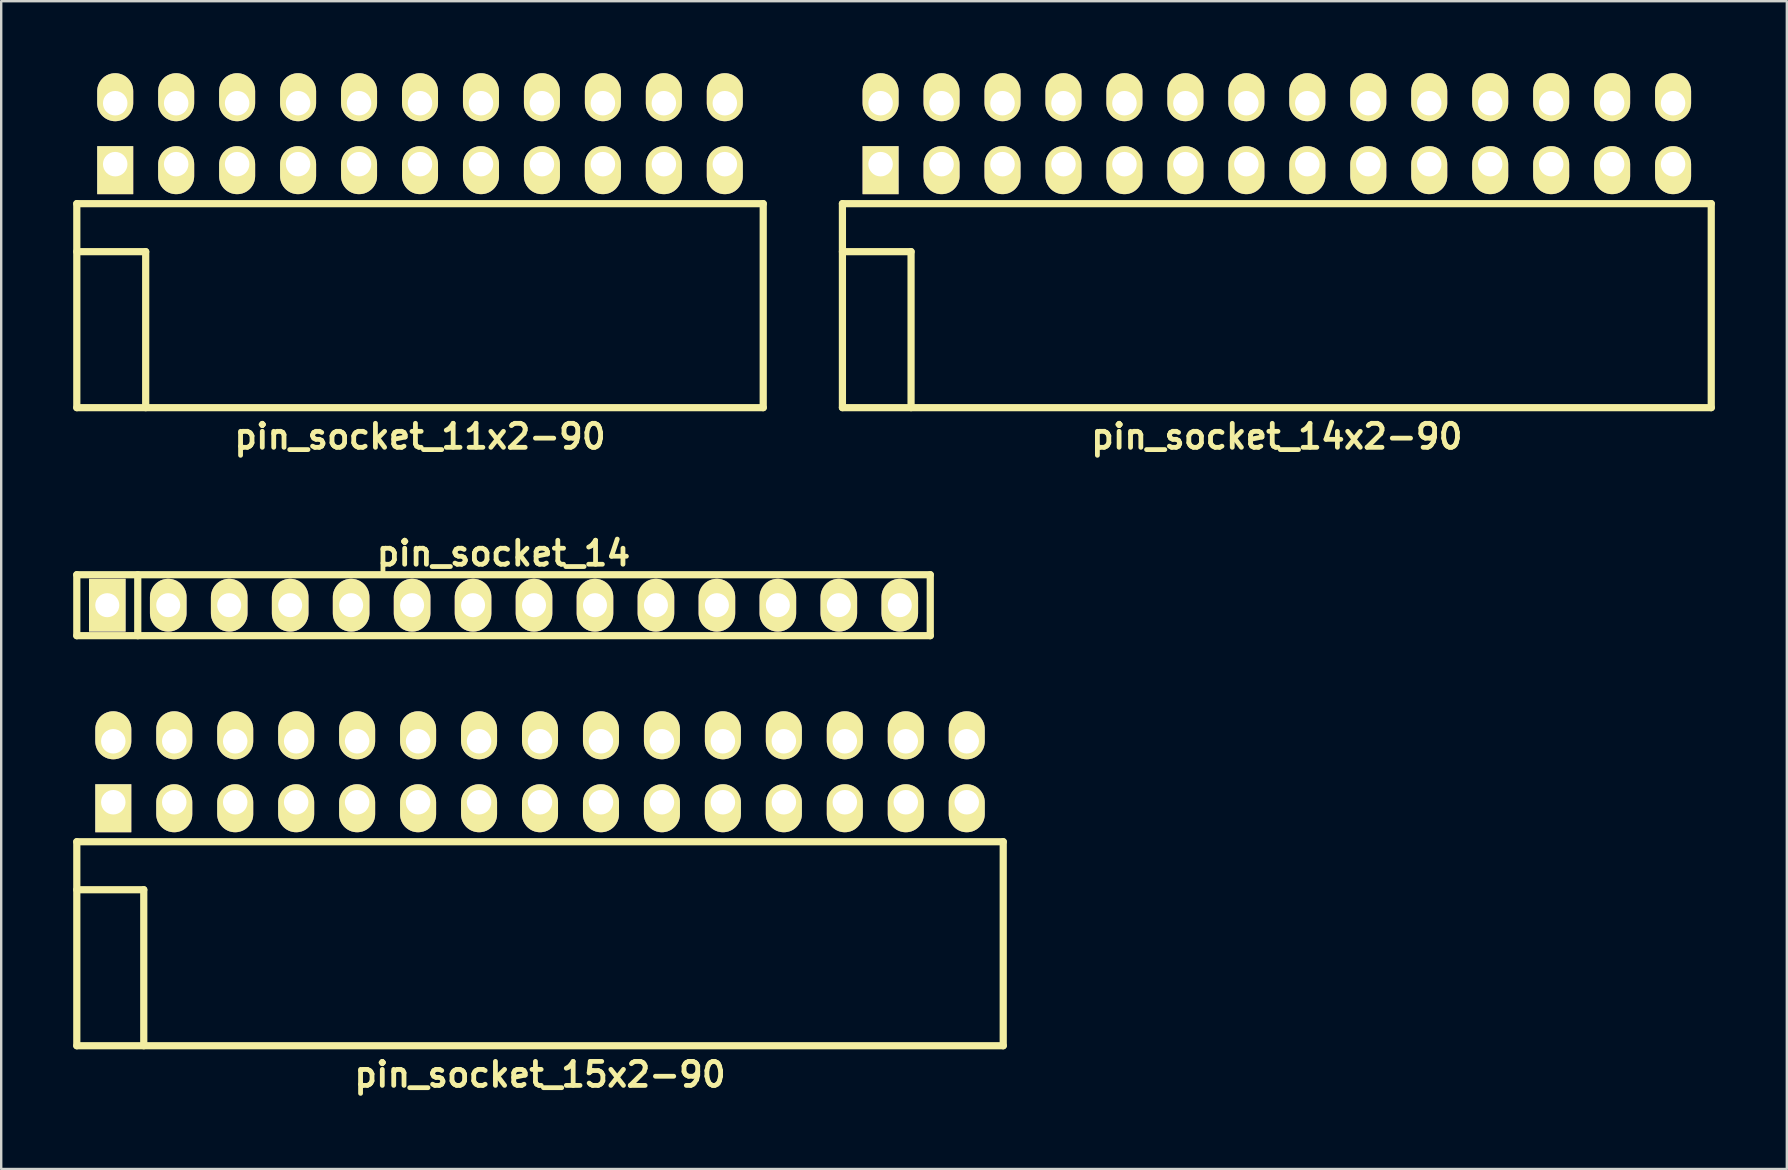
<source format=kicad_pcb>
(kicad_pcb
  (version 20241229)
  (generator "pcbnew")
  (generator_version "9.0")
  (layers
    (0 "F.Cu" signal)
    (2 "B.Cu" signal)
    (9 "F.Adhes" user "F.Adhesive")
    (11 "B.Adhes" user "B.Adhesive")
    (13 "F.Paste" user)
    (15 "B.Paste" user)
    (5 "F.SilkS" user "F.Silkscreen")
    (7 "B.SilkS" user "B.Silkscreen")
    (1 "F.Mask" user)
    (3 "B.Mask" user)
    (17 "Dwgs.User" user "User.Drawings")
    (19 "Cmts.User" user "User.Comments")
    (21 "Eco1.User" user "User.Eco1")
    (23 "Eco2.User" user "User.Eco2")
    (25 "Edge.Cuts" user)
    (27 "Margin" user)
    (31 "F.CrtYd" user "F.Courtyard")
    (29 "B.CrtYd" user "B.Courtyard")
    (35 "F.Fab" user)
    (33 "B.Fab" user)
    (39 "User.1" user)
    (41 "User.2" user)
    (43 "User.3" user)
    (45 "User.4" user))
  (footprint "pin_socket_14"
    (layer "F.Cu")
    (at 17.93 22.166)
    (property "Reference" "pin_socket_14" (at 0 -2.159 0) (layer "F.SilkS") (effects (font (size 1 1) (thickness 0.2))))
    (attr through_hole)
    (fp_line (start -17.78 -1.27) (end 17.78 -1.27) (stroke (width 0.3) (type solid)) (layer "F.SilkS"))
    (fp_line (start -17.78 1.27) (end -17.78 -1.27) (stroke (width 0.3) (type solid)) (layer "F.SilkS"))
    (fp_line (start -15.24 -1.27) (end -15.24 1.27) (stroke (width 0.3) (type solid)) (layer "F.SilkS"))
    (fp_line (start 17.78 -1.27) (end 17.78 1.27) (stroke (width 0.3) (type solid)) (layer "F.SilkS"))
    (fp_line (start 17.78 1.27) (end -17.78 1.27) (stroke (width 0.3) (type solid)) (layer "F.SilkS"))
    (pad "1" thru_hole rect (at -16.51 0) (size 1.524 2.2) (drill 1.001) (layers "*.Cu" "*.Mask" "F.SilkS"))
    (pad "2" thru_hole oval (at -13.97 0) (size 1.524 2.2) (drill 1.001) (layers "*.Cu" "*.Mask" "F.SilkS"))
    (pad "3" thru_hole oval (at -11.43 0) (size 1.524 2.2) (drill 1.001) (layers "*.Cu" "*.Mask" "F.SilkS"))
    (pad "4" thru_hole oval (at -8.89 0) (size 1.524 2.2) (drill 1.001) (layers "*.Cu" "*.Mask" "F.SilkS"))
    (pad "5" thru_hole oval (at -6.35 0) (size 1.524 2.2) (drill 1.001) (layers "*.Cu" "*.Mask" "F.SilkS"))
    (pad "6" thru_hole oval (at -3.81 0) (size 1.524 2.2) (drill 1.001) (layers "*.Cu" "*.Mask" "F.SilkS"))
    (pad "7" thru_hole oval (at -1.27 0) (size 1.524 2.2) (drill 1.001) (layers "*.Cu" "*.Mask" "F.SilkS"))
    (pad "8" thru_hole oval (at 1.27 0) (size 1.524 2.2) (drill 1.001) (layers "*.Cu" "*.Mask" "F.SilkS"))
    (pad "9" thru_hole oval (at 3.81 0) (size 1.524 2.2) (drill 1.001) (layers "*.Cu" "*.Mask" "F.SilkS"))
    (pad "10" thru_hole oval (at 6.35 0) (size 1.524 2.2) (drill 1.001) (layers "*.Cu" "*.Mask" "F.SilkS"))
    (pad "11" thru_hole oval (at 8.89 0) (size 1.524 2.2) (drill 1.001) (layers "*.Cu" "*.Mask" "F.SilkS"))
    (pad "12" thru_hole oval (at 11.43 0) (size 1.524 2.2) (drill 1.001) (layers "*.Cu" "*.Mask" "F.SilkS"))
    (pad "13" thru_hole oval (at 13.97 0) (size 1.524 2.2) (drill 1.001) (layers "*.Cu" "*.Mask" "F.SilkS"))
    (pad "14" thru_hole oval (at 16.51 0) (size 1.524 2.2) (drill 1.001) (layers "*.Cu" "*.Mask" "F.SilkS")))
  (footprint "pin_socket_11x2-90"
    (layer "F.Cu")
    (at 14.45 7.435)
    (property "Reference" "pin_socket_11x2-90" (at 0 7.7 0) (layer "F.SilkS") (effects (font (size 1 1) (thickness 0.2))))
    (attr through_hole)
    (fp_line (start -14.3 -2) (end -14.3 6.5) (stroke (width 0.3) (type solid)) (layer "F.SilkS"))
    (fp_line (start -14.3 -2) (end 14.3 -2) (stroke (width 0.3) (type solid)) (layer "F.SilkS"))
    (fp_line (start -14.3 0) (end -11.43 0) (stroke (width 0.3) (type solid)) (layer "F.SilkS"))
    (fp_line (start -14.3 6.5) (end 14.3 6.5) (stroke (width 0.3) (type solid)) (layer "F.SilkS"))
    (fp_line (start -11.43 0) (end -11.43 6.5) (stroke (width 0.3) (type solid)) (layer "F.SilkS"))
    (fp_line (start 14.3 -2) (end 14.3 6.5) (stroke (width 0.3) (type solid)) (layer "F.SilkS"))
    (pad "1" thru_hole rect (at -12.7 -3.645) (size 1.5 2) (drill 1.02 (offset 0 0.25)) (layers "*.Cu" "*.Mask" "F.SilkS"))
    (pad "2" thru_hole oval (at -12.7 -6.185) (size 1.5 2) (drill 1.02 (offset 0 -0.25)) (layers "*.Cu" "*.Mask" "F.SilkS"))
    (pad "3" thru_hole oval (at -10.16 -3.645) (size 1.5 2) (drill 1.02 (offset 0 0.25)) (layers "*.Cu" "*.Mask" "F.SilkS"))
    (pad "4" thru_hole oval (at -10.16 -6.185) (size 1.5 2) (drill 1.02 (offset 0 -0.25)) (layers "*.Cu" "*.Mask" "F.SilkS"))
    (pad "5" thru_hole oval (at -7.62 -3.645) (size 1.5 2) (drill 1.02 (offset 0 0.25)) (layers "*.Cu" "*.Mask" "F.SilkS"))
    (pad "6" thru_hole oval (at -7.62 -6.185) (size 1.5 2) (drill 1.02 (offset 0 -0.25)) (layers "*.Cu" "*.Mask" "F.SilkS"))
    (pad "7" thru_hole oval (at -5.08 -3.645) (size 1.5 2) (drill 1.02 (offset 0 0.25)) (layers "*.Cu" "*.Mask" "F.SilkS"))
    (pad "8" thru_hole oval (at -5.08 -6.185) (size 1.5 2) (drill 1.02 (offset 0 -0.25)) (layers "*.Cu" "*.Mask" "F.SilkS"))
    (pad "9" thru_hole oval (at -2.54 -3.645) (size 1.5 2) (drill 1.02 (offset 0 0.25)) (layers "*.Cu" "*.Mask" "F.SilkS"))
    (pad "10" thru_hole oval (at -2.54 -6.185) (size 1.5 2) (drill 1.02 (offset 0 -0.25)) (layers "*.Cu" "*.Mask" "F.SilkS"))
    (pad "11" thru_hole oval (at 0 -3.645) (size 1.5 2) (drill 1.02 (offset 0 0.25)) (layers "*.Cu" "*.Mask" "F.SilkS"))
    (pad "12" thru_hole oval (at 0 -6.185) (size 1.5 2) (drill 1.02 (offset 0 -0.25)) (layers "*.Cu" "*.Mask" "F.SilkS"))
    (pad "13" thru_hole oval (at 2.54 -3.645) (size 1.5 2) (drill 1.02 (offset 0 0.25)) (layers "*.Cu" "*.Mask" "F.SilkS"))
    (pad "14" thru_hole oval (at 2.54 -6.185) (size 1.5 2) (drill 1.02 (offset 0 -0.25)) (layers "*.Cu" "*.Mask" "F.SilkS"))
    (pad "15" thru_hole oval (at 5.08 -3.645) (size 1.5 2) (drill 1.02 (offset 0 0.25)) (layers "*.Cu" "*.Mask" "F.SilkS"))
    (pad "16" thru_hole oval (at 5.08 -6.185) (size 1.5 2) (drill 1.02 (offset 0 -0.25)) (layers "*.Cu" "*.Mask" "F.SilkS"))
    (pad "17" thru_hole oval (at 7.62 -3.645) (size 1.5 2) (drill 1.02 (offset 0 0.25)) (layers "*.Cu" "*.Mask" "F.SilkS"))
    (pad "18" thru_hole oval (at 7.62 -6.185) (size 1.5 2) (drill 1.02 (offset 0 -0.25)) (layers "*.Cu" "*.Mask" "F.SilkS"))
    (pad "19" thru_hole oval (at 10.16 -3.645) (size 1.5 2) (drill 1.02 (offset 0 0.25)) (layers "*.Cu" "*.Mask" "F.SilkS"))
    (pad "20" thru_hole oval (at 10.16 -6.185) (size 1.5 2) (drill 1.02 (offset 0 -0.25)) (layers "*.Cu" "*.Mask" "F.SilkS"))
    (pad "21" thru_hole oval (at 12.7 -3.645) (size 1.5 2) (drill 1.02 (offset 0 0.25)) (layers "*.Cu" "*.Mask" "F.SilkS"))
    (pad "22" thru_hole oval (at 12.7 -6.185) (size 1.5 2) (drill 1.02 (offset 0 -0.25)) (layers "*.Cu" "*.Mask" "F.SilkS")))
  (footprint "pin_socket_14x2-90"
    (layer "F.Cu")
    (at 50.15 7.435)
    (property "Reference" "pin_socket_14x2-90" (at 0 7.7 0) (layer "F.SilkS") (effects (font (size 1 1) (thickness 0.2))))
    (attr through_hole)
    (fp_line (start -18.1 -2) (end -18.1 6.5) (stroke (width 0.3) (type solid)) (layer "F.SilkS"))
    (fp_line (start -18.1 -2) (end 18.1 -2) (stroke (width 0.3) (type solid)) (layer "F.SilkS"))
    (fp_line (start -18.1 0) (end -15.24 0) (stroke (width 0.3) (type solid)) (layer "F.SilkS"))
    (fp_line (start -18.1 6.5) (end 18.1 6.5) (stroke (width 0.3) (type solid)) (layer "F.SilkS"))
    (fp_line (start -15.24 0) (end -15.24 6.5) (stroke (width 0.3) (type solid)) (layer "F.SilkS"))
    (fp_line (start 18.1 -2) (end 18.1 6.5) (stroke (width 0.3) (type solid)) (layer "F.SilkS"))
    (pad "1" thru_hole rect (at -16.51 -3.645) (size 1.5 2) (drill 1.02 (offset 0 0.25)) (layers "*.Cu" "*.Mask" "F.SilkS"))
    (pad "2" thru_hole oval (at -16.51 -6.185) (size 1.5 2) (drill 1.02 (offset 0 -0.25)) (layers "*.Cu" "*.Mask" "F.SilkS"))
    (pad "3" thru_hole oval (at -13.97 -3.645) (size 1.5 2) (drill 1.02 (offset 0 0.25)) (layers "*.Cu" "*.Mask" "F.SilkS"))
    (pad "4" thru_hole oval (at -13.97 -6.185) (size 1.5 2) (drill 1.02 (offset 0 -0.25)) (layers "*.Cu" "*.Mask" "F.SilkS"))
    (pad "5" thru_hole oval (at -11.43 -3.645) (size 1.5 2) (drill 1.02 (offset 0 0.25)) (layers "*.Cu" "*.Mask" "F.SilkS"))
    (pad "6" thru_hole oval (at -11.43 -6.185) (size 1.5 2) (drill 1.02 (offset 0 -0.25)) (layers "*.Cu" "*.Mask" "F.SilkS"))
    (pad "7" thru_hole oval (at -8.89 -3.645) (size 1.5 2) (drill 1.02 (offset 0 0.25)) (layers "*.Cu" "*.Mask" "F.SilkS"))
    (pad "8" thru_hole oval (at -8.89 -6.185) (size 1.5 2) (drill 1.02 (offset 0 -0.25)) (layers "*.Cu" "*.Mask" "F.SilkS"))
    (pad "9" thru_hole oval (at -6.35 -3.645) (size 1.5 2) (drill 1.02 (offset 0 0.25)) (layers "*.Cu" "*.Mask" "F.SilkS"))
    (pad "10" thru_hole oval (at -6.35 -6.185) (size 1.5 2) (drill 1.02 (offset 0 -0.25)) (layers "*.Cu" "*.Mask" "F.SilkS"))
    (pad "11" thru_hole oval (at -3.81 -3.645) (size 1.5 2) (drill 1.02 (offset 0 0.25)) (layers "*.Cu" "*.Mask" "F.SilkS"))
    (pad "12" thru_hole oval (at -3.81 -6.185) (size 1.5 2) (drill 1.02 (offset 0 -0.25)) (layers "*.Cu" "*.Mask" "F.SilkS"))
    (pad "13" thru_hole oval (at -1.27 -3.645) (size 1.5 2) (drill 1.02 (offset 0 0.25)) (layers "*.Cu" "*.Mask" "F.SilkS"))
    (pad "14" thru_hole oval (at -1.27 -6.185) (size 1.5 2) (drill 1.02 (offset 0 -0.25)) (layers "*.Cu" "*.Mask" "F.SilkS"))
    (pad "15" thru_hole oval (at 1.27 -3.645) (size 1.5 2) (drill 1.02 (offset 0 0.25)) (layers "*.Cu" "*.Mask" "F.SilkS"))
    (pad "16" thru_hole oval (at 1.27 -6.185) (size 1.5 2) (drill 1.02 (offset 0 -0.25)) (layers "*.Cu" "*.Mask" "F.SilkS"))
    (pad "17" thru_hole oval (at 3.81 -3.645) (size 1.5 2) (drill 1.02 (offset 0 0.25)) (layers "*.Cu" "*.Mask" "F.SilkS"))
    (pad "18" thru_hole oval (at 3.81 -6.185) (size 1.5 2) (drill 1.02 (offset 0 -0.25)) (layers "*.Cu" "*.Mask" "F.SilkS"))
    (pad "19" thru_hole oval (at 6.35 -3.645) (size 1.5 2) (drill 1.02 (offset 0 0.25)) (layers "*.Cu" "*.Mask" "F.SilkS"))
    (pad "20" thru_hole oval (at 6.35 -6.185) (size 1.5 2) (drill 1.02 (offset 0 -0.25)) (layers "*.Cu" "*.Mask" "F.SilkS"))
    (pad "21" thru_hole oval (at 8.89 -3.645) (size 1.5 2) (drill 1.02 (offset 0 0.25)) (layers "*.Cu" "*.Mask" "F.SilkS"))
    (pad "22" thru_hole oval (at 8.89 -6.185) (size 1.5 2) (drill 1.02 (offset 0 -0.25)) (layers "*.Cu" "*.Mask" "F.SilkS"))
    (pad "23" thru_hole oval (at 11.43 -3.645) (size 1.5 2) (drill 1.02 (offset 0 0.25)) (layers "*.Cu" "*.Mask" "F.SilkS"))
    (pad "24" thru_hole oval (at 11.43 -6.185) (size 1.5 2) (drill 1.02 (offset 0 -0.25)) (layers "*.Cu" "*.Mask" "F.SilkS"))
    (pad "25" thru_hole oval (at 13.97 -3.645) (size 1.5 2) (drill 1.02 (offset 0 0.25)) (layers "*.Cu" "*.Mask" "F.SilkS"))
    (pad "26" thru_hole oval (at 13.97 -6.185) (size 1.5 2) (drill 1.02 (offset 0 -0.25)) (layers "*.Cu" "*.Mask" "F.SilkS"))
    (pad "27" thru_hole oval (at 16.51 -3.645) (size 1.5 2) (drill 1.02 (offset 0 0.25)) (layers "*.Cu" "*.Mask" "F.SilkS"))
    (pad "28" thru_hole oval (at 16.51 -6.185) (size 1.5 2) (drill 1.02 (offset 0 -0.25)) (layers "*.Cu" "*.Mask" "F.SilkS")))
  (footprint "pin_socket_15x2-90"
    (layer "F.Cu")
    (at 19.45 34.021)
    (property "Reference" "pin_socket_15x2-90" (at 0 7.7 0) (layer "F.SilkS") (effects (font (size 1 1) (thickness 0.2))))
    (attr through_hole)
    (fp_line (start -19.3 -2) (end -19.3 6.5) (stroke (width 0.3) (type solid)) (layer "F.SilkS"))
    (fp_line (start -19.3 -2) (end 19.3 -2) (stroke (width 0.3) (type solid)) (layer "F.SilkS"))
    (fp_line (start -19.3 0) (end -16.51 0) (stroke (width 0.3) (type solid)) (layer "F.SilkS"))
    (fp_line (start -19.3 6.5) (end 19.3 6.5) (stroke (width 0.3) (type solid)) (layer "F.SilkS"))
    (fp_line (start -16.51 0) (end -16.51 6.5) (stroke (width 0.3) (type solid)) (layer "F.SilkS"))
    (fp_line (start 19.3 -2) (end 19.3 6.5) (stroke (width 0.3) (type solid)) (layer "F.SilkS"))
    (pad "1" thru_hole rect (at -17.78 -3.645) (size 1.5 2) (drill 1.02 (offset 0 0.25)) (layers "*.Cu" "*.Mask" "F.SilkS"))
    (pad "2" thru_hole oval (at -17.78 -6.185) (size 1.5 2) (drill 1.02 (offset 0 -0.25)) (layers "*.Cu" "*.Mask" "F.SilkS"))
    (pad "3" thru_hole oval (at -15.24 -3.645) (size 1.5 2) (drill 1.02 (offset 0 0.25)) (layers "*.Cu" "*.Mask" "F.SilkS"))
    (pad "4" thru_hole oval (at -15.24 -6.185) (size 1.5 2) (drill 1.02 (offset 0 -0.25)) (layers "*.Cu" "*.Mask" "F.SilkS"))
    (pad "5" thru_hole oval (at -12.7 -3.645) (size 1.5 2) (drill 1.02 (offset 0 0.25)) (layers "*.Cu" "*.Mask" "F.SilkS"))
    (pad "6" thru_hole oval (at -12.7 -6.185) (size 1.5 2) (drill 1.02 (offset 0 -0.25)) (layers "*.Cu" "*.Mask" "F.SilkS"))
    (pad "7" thru_hole oval (at -10.16 -3.645) (size 1.5 2) (drill 1.02 (offset 0 0.25)) (layers "*.Cu" "*.Mask" "F.SilkS"))
    (pad "8" thru_hole oval (at -10.16 -6.185) (size 1.5 2) (drill 1.02 (offset 0 -0.25)) (layers "*.Cu" "*.Mask" "F.SilkS"))
    (pad "9" thru_hole oval (at -7.62 -3.645) (size 1.5 2) (drill 1.02 (offset 0 0.25)) (layers "*.Cu" "*.Mask" "F.SilkS"))
    (pad "10" thru_hole oval (at -7.62 -6.185) (size 1.5 2) (drill 1.02 (offset 0 -0.25)) (layers "*.Cu" "*.Mask" "F.SilkS"))
    (pad "11" thru_hole oval (at -5.08 -3.645) (size 1.5 2) (drill 1.02 (offset 0 0.25)) (layers "*.Cu" "*.Mask" "F.SilkS"))
    (pad "12" thru_hole oval (at -5.08 -6.185) (size 1.5 2) (drill 1.02 (offset 0 -0.25)) (layers "*.Cu" "*.Mask" "F.SilkS"))
    (pad "13" thru_hole oval (at -2.54 -3.645) (size 1.5 2) (drill 1.02 (offset 0 0.25)) (layers "*.Cu" "*.Mask" "F.SilkS"))
    (pad "14" thru_hole oval (at -2.54 -6.185) (size 1.5 2) (drill 1.02 (offset 0 -0.25)) (layers "*.Cu" "*.Mask" "F.SilkS"))
    (pad "15" thru_hole oval (at 0 -3.645) (size 1.5 2) (drill 1.02 (offset 0 0.25)) (layers "*.Cu" "*.Mask" "F.SilkS"))
    (pad "16" thru_hole oval (at 0 -6.185) (size 1.5 2) (drill 1.02 (offset 0 -0.25)) (layers "*.Cu" "*.Mask" "F.SilkS"))
    (pad "17" thru_hole oval (at 2.54 -3.645) (size 1.5 2) (drill 1.02 (offset 0 0.25)) (layers "*.Cu" "*.Mask" "F.SilkS"))
    (pad "18" thru_hole oval (at 2.54 -6.185) (size 1.5 2) (drill 1.02 (offset 0 -0.25)) (layers "*.Cu" "*.Mask" "F.SilkS"))
    (pad "19" thru_hole oval (at 5.08 -3.645) (size 1.5 2) (drill 1.02 (offset 0 0.25)) (layers "*.Cu" "*.Mask" "F.SilkS"))
    (pad "20" thru_hole oval (at 5.08 -6.185) (size 1.5 2) (drill 1.02 (offset 0 -0.25)) (layers "*.Cu" "*.Mask" "F.SilkS"))
    (pad "21" thru_hole oval (at 7.62 -3.645) (size 1.5 2) (drill 1.02 (offset 0 0.25)) (layers "*.Cu" "*.Mask" "F.SilkS"))
    (pad "22" thru_hole oval (at 7.62 -6.185) (size 1.5 2) (drill 1.02 (offset 0 -0.25)) (layers "*.Cu" "*.Mask" "F.SilkS"))
    (pad "23" thru_hole oval (at 10.16 -3.645) (size 1.5 2) (drill 1.02 (offset 0 0.25)) (layers "*.Cu" "*.Mask" "F.SilkS"))
    (pad "24" thru_hole oval (at 10.16 -6.185) (size 1.5 2) (drill 1.02 (offset 0 -0.25)) (layers "*.Cu" "*.Mask" "F.SilkS"))
    (pad "25" thru_hole oval (at 12.7 -3.645) (size 1.5 2) (drill 1.02 (offset 0 0.25)) (layers "*.Cu" "*.Mask" "F.SilkS"))
    (pad "26" thru_hole oval (at 12.7 -6.185) (size 1.5 2) (drill 1.02 (offset 0 -0.25)) (layers "*.Cu" "*.Mask" "F.SilkS"))
    (pad "27" thru_hole oval (at 15.24 -3.645) (size 1.5 2) (drill 1.02 (offset 0 0.25)) (layers "*.Cu" "*.Mask" "F.SilkS"))
    (pad "28" thru_hole oval (at 15.24 -6.185) (size 1.5 2) (drill 1.02 (offset 0 -0.25)) (layers "*.Cu" "*.Mask" "F.SilkS"))
    (pad "29" thru_hole oval (at 17.78 -3.645) (size 1.5 2) (drill 1.02 (offset 0 0.25)) (layers "*.Cu" "*.Mask" "F.SilkS"))
    (pad "30" thru_hole oval (at 17.78 -6.185) (size 1.5 2) (drill 1.02 (offset 0 -0.25)) (layers "*.Cu" "*.Mask" "F.SilkS")))
  (gr_rect
    (start -3 -3)
    (end 71.4 45.657)
    (stroke (width 0.1) (type default))
    (fill no)
    (layer "Edge.Cuts")))
</source>
